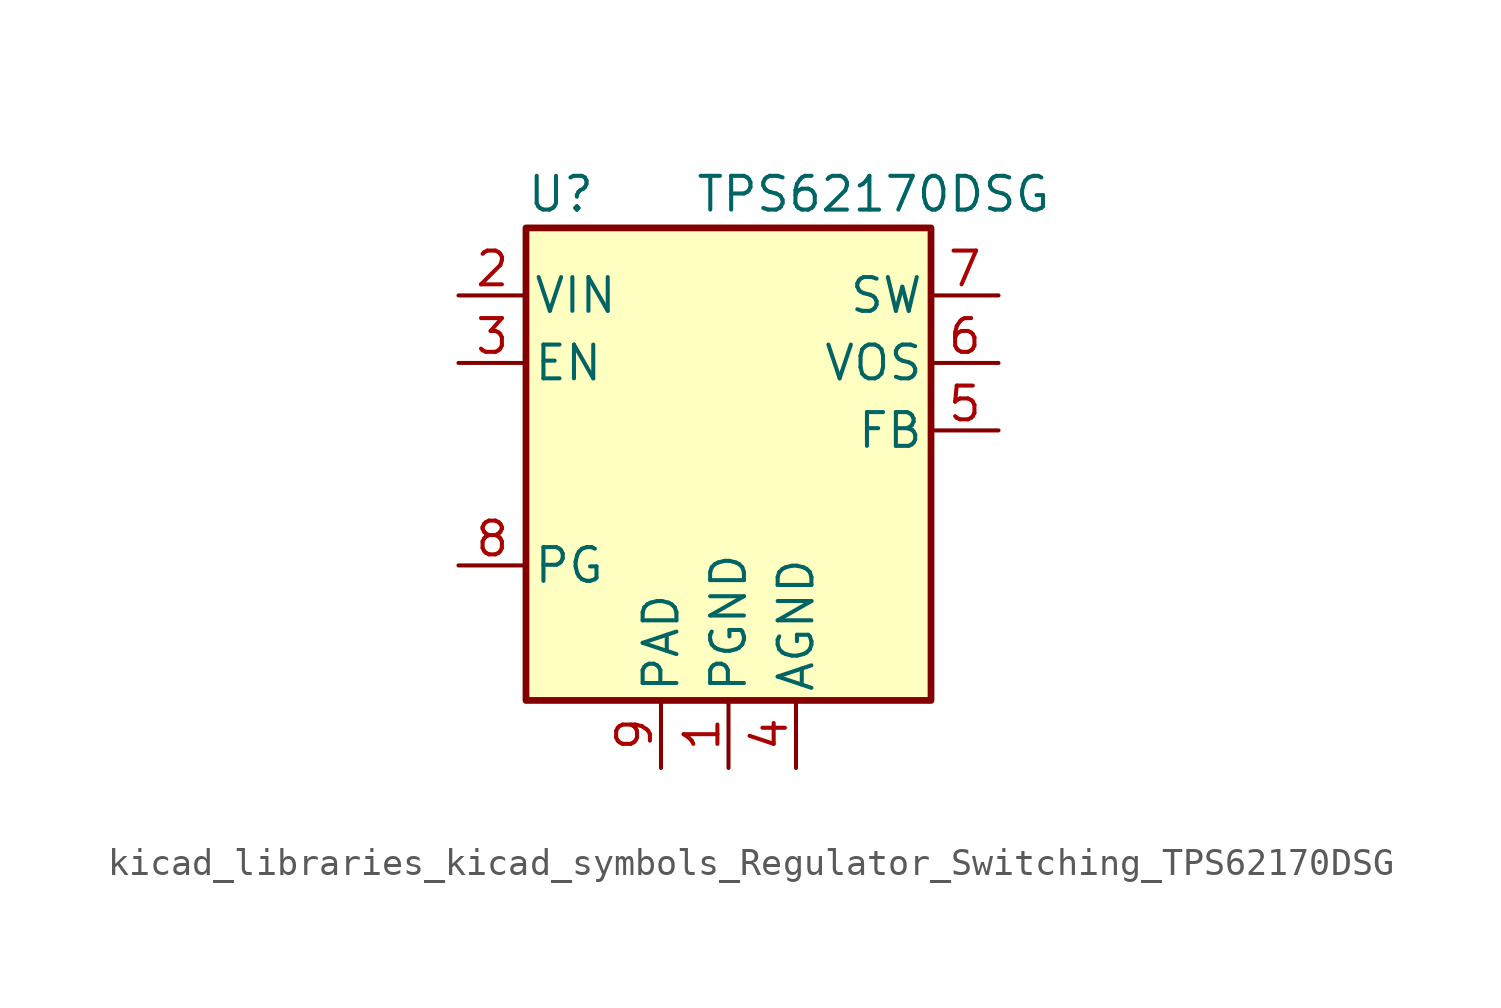
<source format=kicad_sym>
(kicad_symbol_lib
  (version 20220914)
  (generator kicad_symbol_editor)
  (symbol "kicad_libraries_kicad_symbols_Regulator_Switching_TPS62170DSG"
    (pin_names
      (offset 0.254))
    (property "Reference" "U"
      (at -7.62 11.43 0)
      (effects (font (size 1.27 1.27)) (justify left)))
    (property "Value" "TPS62170DSG"
      (at -1.27 11.43 0)
      (effects (font (size 1.27 1.27)) (justify left)))
    (symbol "kicad_libraries_kicad_symbols_Regulator_Switching_TPS62170DSG_0_1"
      (rectangle (start -7.62 10.16) (end 7.62 -7.62) (stroke (width 0.254) (type default)) (fill (type background))))
    (symbol "kicad_libraries_kicad_symbols_Regulator_Switching_TPS62170DSG_1_1"
      (pin power_in line (at 0 -10.16 90) (length 2.54) (name "PGND" (effects (font (size 1.27 1.27)))) (number "1" (effects (font (size 1.27 1.27)))))
      (pin power_in line (at -10.16 7.62 0) (length 2.54) (name "VIN" (effects (font (size 1.27 1.27)))) (number "2" (effects (font (size 1.27 1.27)))))
      (pin input line (at -10.16 5.08 0) (length 2.54) (name "EN" (effects (font (size 1.27 1.27)))) (number "3" (effects (font (size 1.27 1.27)))))
      (pin power_in line (at 2.54 -10.16 90) (length 2.54) (name "AGND" (effects (font (size 1.27 1.27)))) (number "4" (effects (font (size 1.27 1.27)))))
      (pin input line (at 10.16 2.54 180) (length 2.54) (name "FB" (effects (font (size 1.27 1.27)))) (number "5" (effects (font (size 1.27 1.27)))))
      (pin input line (at 10.16 5.08 180) (length 2.54) (name "VOS" (effects (font (size 1.27 1.27)))) (number "6" (effects (font (size 1.27 1.27)))))
      (pin output line (at 10.16 7.62 180) (length 2.54) (name "SW" (effects (font (size 1.27 1.27)))) (number "7" (effects (font (size 1.27 1.27)))))
      (pin open_collector line (at -10.16 -2.54 0) (length 2.54) (name "PG" (effects (font (size 1.27 1.27)))) (number "8" (effects (font (size 1.27 1.27)))))
      (pin power_in line (at -2.54 -10.16 90) (length 2.54) (name "PAD" (effects (font (size 1.27 1.27)))) (number "9" (effects (font (size 1.27 1.27))))))))
</source>
